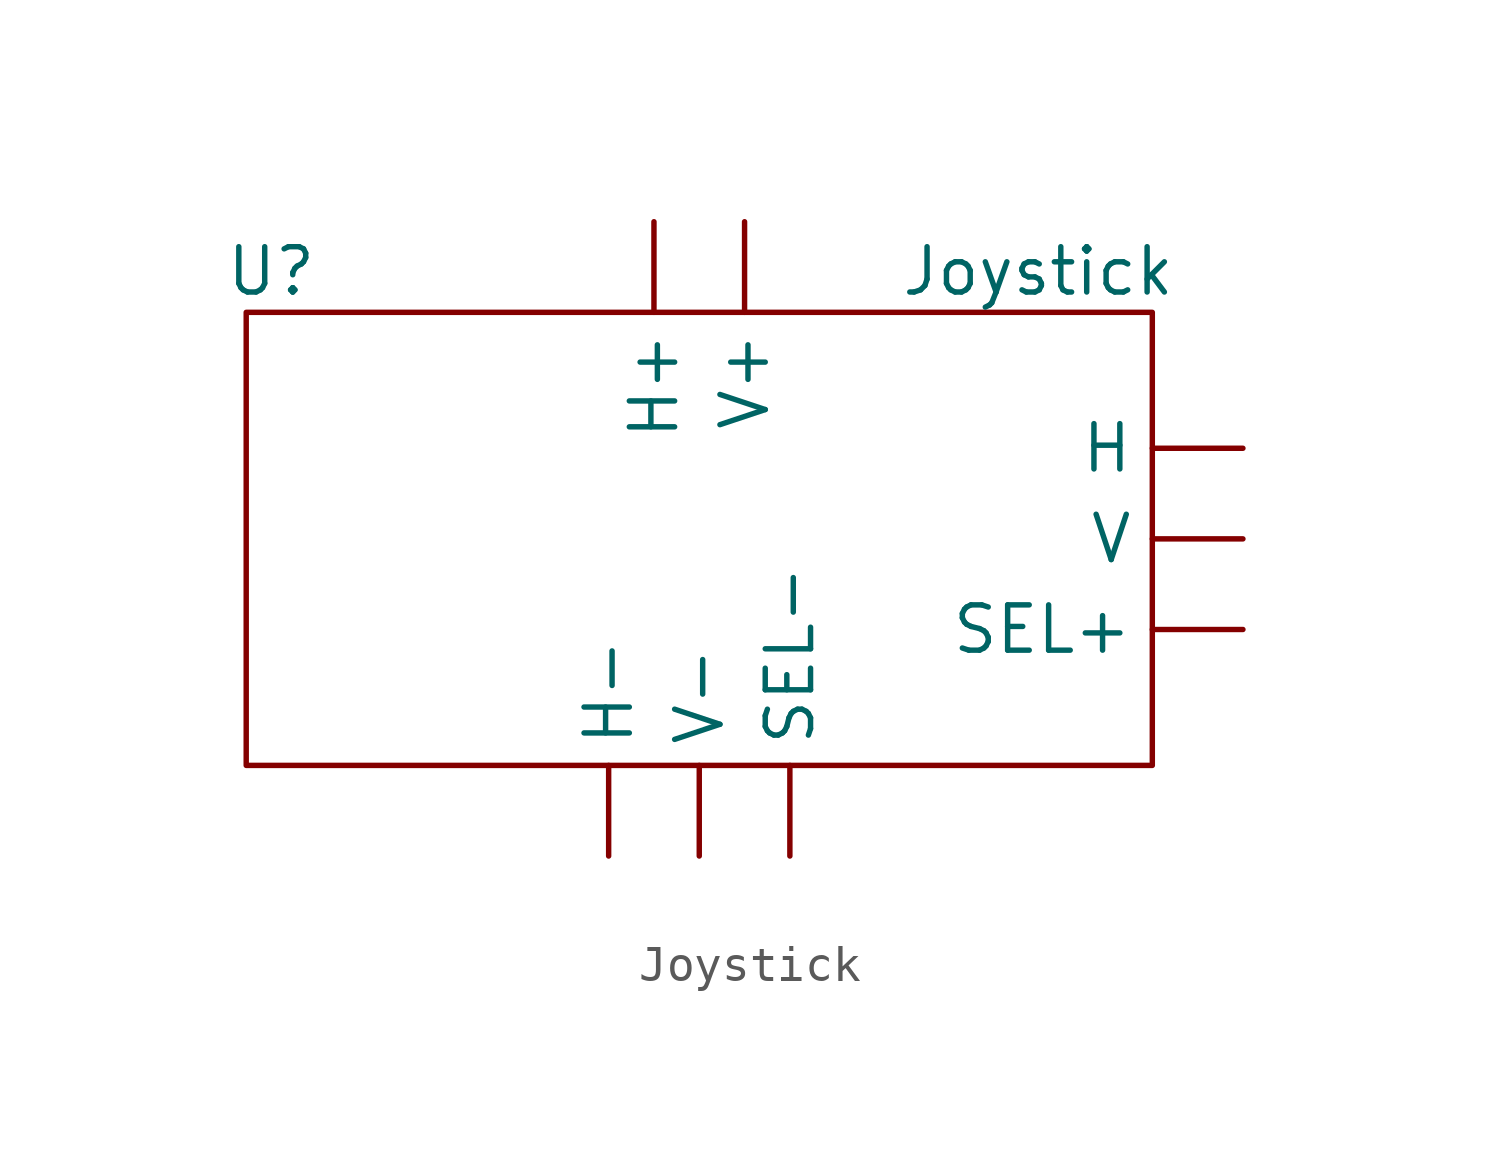
<source format=kicad_sym>
(kicad_symbol_lib
  (version 20241209)
  (generator "kicad_symbol_editor")
  (generator_version "9.0")
  (symbol "Joystick"
    (pin_numbers
      (hide yes))
    (property "Reference" "U"
      (at -12 7.5 0)
      (effects (font (size 1.27 1.27))))
    (property "Value" "Joystick"
      (at 9.5 7.5 0)
      (effects (font (size 1.27 1.27))))
    (symbol "Joystick_0_1"
      (rectangle (start -12.7 6.35) (end 12.7 -6.35) (stroke (width 0) (type default)) (fill (type none))))
    (symbol "Joystick_1_1"
      (pin power_in line (at -2.54 -8.89 90) (length 2.54) (name "H-" (effects (font (size 1.27 1.27)))) (number "H1" (effects (font (size 1.27 1.27)))))
      (pin power_in line (at -1.27 8.89 270) (length 2.54) (name "H+" (effects (font (size 1.27 1.27)))) (number "H3" (effects (font (size 1.27 1.27)))))
      (pin power_in line (at 0 -8.89 90) (length 2.54) (name "V-" (effects (font (size 1.27 1.27)))) (number "V1" (effects (font (size 1.27 1.27)))))
      (pin power_in line (at 1.27 8.89 270) (length 2.54) (name "V+" (effects (font (size 1.27 1.27)))) (number "V3" (effects (font (size 1.27 1.27)))))
      (pin power_in line (at 2.54 -8.89 90) (length 2.54) (name "SEL-" (effects (font (size 1.27 1.27)))) (number "B1A" (effects (font (size 1.27 1.27)))))
      (pin output line (at 15.24 2.54 180) (length 2.54) (name "H" (effects (font (size 1.27 1.27)))) (number "H2" (effects (font (size 1.27 1.27)))))
      (pin output line (at 15.24 0 180) (length 2.54) (name "V" (effects (font (size 1.27 1.27)))) (number "V2" (effects (font (size 1.27 1.27)))))
      (pin output line (at 15.24 -2.54 180) (length 2.54) (name "SEL+" (effects (font (size 1.27 1.27)))) (number "B2A" (effects (font (size 1.27 1.27))))))))
</source>
